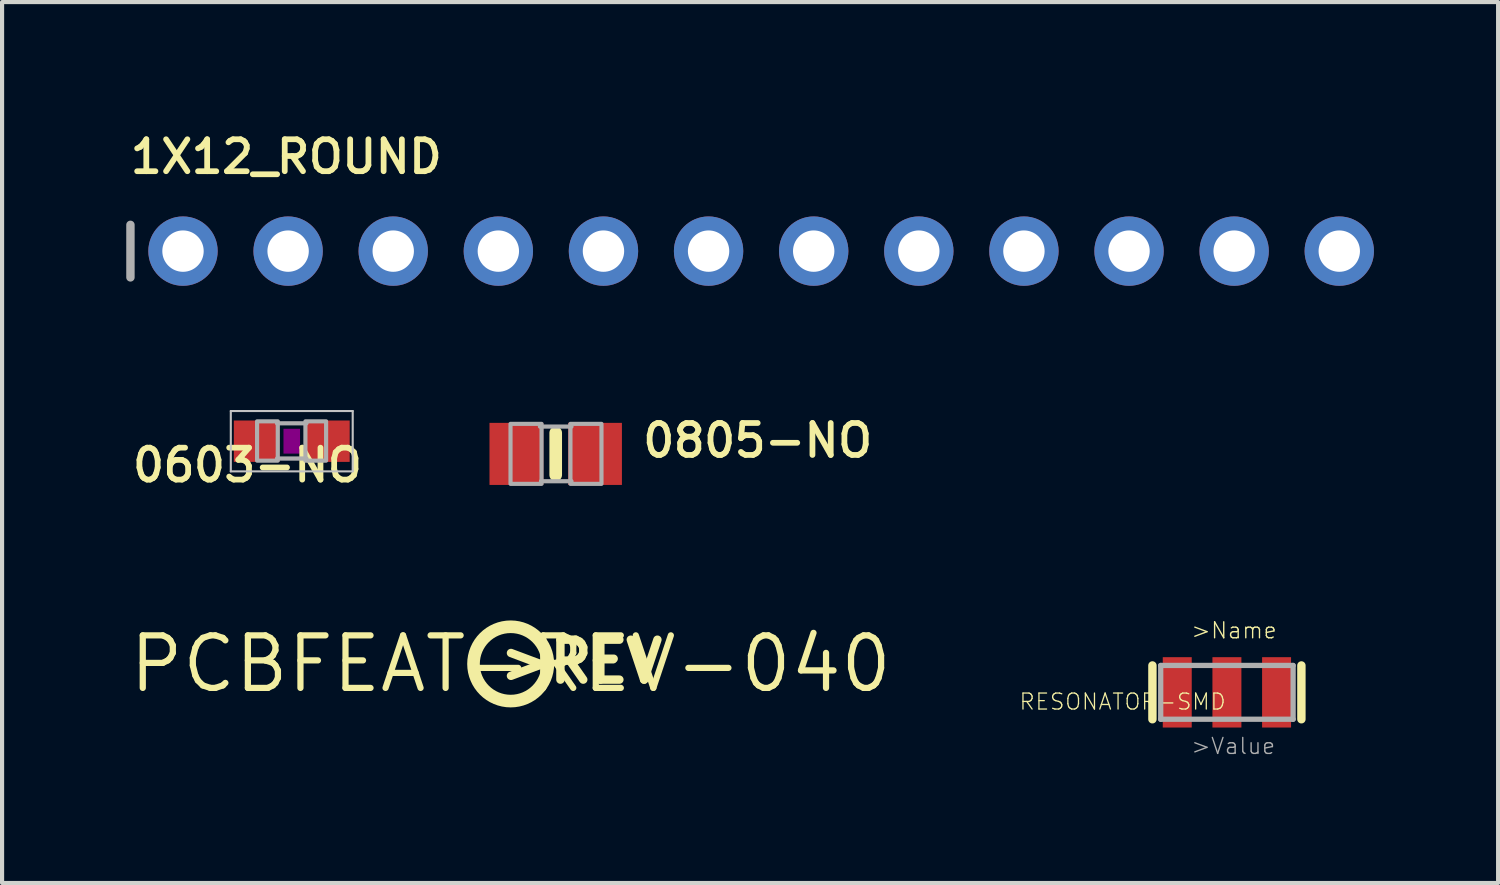
<source format=kicad_pcb>
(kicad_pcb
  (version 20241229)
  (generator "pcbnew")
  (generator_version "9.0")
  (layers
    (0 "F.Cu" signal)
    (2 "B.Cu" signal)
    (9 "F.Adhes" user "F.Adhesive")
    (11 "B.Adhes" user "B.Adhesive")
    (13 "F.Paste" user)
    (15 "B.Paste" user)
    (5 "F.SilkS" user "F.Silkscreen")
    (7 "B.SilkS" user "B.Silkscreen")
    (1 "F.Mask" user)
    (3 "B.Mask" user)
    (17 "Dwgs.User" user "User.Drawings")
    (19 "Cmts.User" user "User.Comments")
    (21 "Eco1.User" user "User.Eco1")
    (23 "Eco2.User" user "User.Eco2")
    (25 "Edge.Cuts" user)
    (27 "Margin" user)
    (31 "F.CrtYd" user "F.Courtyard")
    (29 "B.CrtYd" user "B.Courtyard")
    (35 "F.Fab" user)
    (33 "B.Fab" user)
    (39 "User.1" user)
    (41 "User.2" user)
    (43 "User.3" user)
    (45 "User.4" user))
  (footprint "PCBFEAT-REV-040"
    (layer "F.Cu")
    (at 9.29 12.993)
    (property "Reference" "PCBFEAT-REV-040" (at 0 0 0) (layer "F.SilkS") (effects (font (size 1.27 1.27) (thickness 0.15))))
    (attr through_hole)
    (fp_circle (center 0 0) (end 0.898 0) (stroke (width 0.305) (type solid)) (fill no) (layer "F.SilkS"))
    (fp_text user ">REV" (at -0.356 0.508 0) (layer "F.SilkS") (effects (font (size 0.965 0.965) (thickness 0.203)) (justify left bottom))))
  (footprint "RESONATOR-SMD"
    (layer "F.Cu")
    (at 26.597 13.68)
    (property "Reference" "RESONATOR-SMD" (at 0 0 180) (layer "F.SilkS") (effects (font (size 0.386 0.386) (thickness 0.031)) (justify right top)))
    (attr through_hole)
    (fp_line (start -1.8 0.65) (end -1.8 -0.65) (stroke (width 0.203) (type solid)) (layer "F.SilkS"))
    (fp_line (start 1.8 -0.65) (end 1.8 0.65) (stroke (width 0.203) (type solid)) (layer "F.SilkS"))
    (fp_line (start -1.6 -0.65) (end 1.6 -0.65) (stroke (width 0.127) (type solid)) (layer "F.Fab"))
    (fp_line (start -1.6 0.65) (end -1.6 -0.65) (stroke (width 0.127) (type solid)) (layer "F.Fab"))
    (fp_line (start 1.6 -0.65) (end 1.6 0.65) (stroke (width 0.127) (type solid)) (layer "F.Fab"))
    (fp_line (start 1.6 0.65) (end -1.6 0.65) (stroke (width 0.127) (type solid)) (layer "F.Fab"))
    (fp_text user ">Name" (at -0.889 -1.27 0) (layer "F.SilkS") (effects (font (size 0.386 0.386) (thickness 0.033)) (justify left bottom)))
    (fp_text user ">Value" (at -0.889 1.524 0) (layer "F.Fab") (effects (font (size 0.386 0.386) (thickness 0.033)) (justify left bottom)))
    (pad "1" smd rect (at -1.2 0) (size 0.7 1.7) (layers "F.Cu" "F.Mask" "F.Paste"))
    (pad "2" smd rect (at 0 0) (size 0.7 1.7) (layers "F.Cu" "F.Mask" "F.Paste"))
    (pad "3" smd rect (at 1.2 0) (size 0.7 1.7) (layers "F.Cu" "F.Mask" "F.Paste")))
  (footprint "0603-NO"
    (layer "F.Cu")
    (at 4 7.611)
    (property "Reference" "0603-NO" (at 1.778 0.127 180) (layer "F.SilkS") (effects (font (size 0.772 0.772) (thickness 0.139)) (justify right top)))
    (attr through_hole)
    (fp_poly (pts (xy -0.2 0.3) (xy 0.2 0.3) (xy 0.2 -0.3) (xy -0.2 -0.3)) (stroke (width 0) (type solid)) (fill yes) (layer "F.Adhes"))
    (fp_line (start -1.473 -0.729) (end 1.473 -0.729) (stroke (width 0.051) (type solid)) (layer "Dwgs.User"))
    (fp_line (start -1.473 0.729) (end -1.473 -0.729) (stroke (width 0.051) (type solid)) (layer "Dwgs.User"))
    (fp_line (start 1.473 -0.729) (end 1.473 0.729) (stroke (width 0.051) (type solid)) (layer "Dwgs.User"))
    (fp_line (start 1.473 0.729) (end -1.473 0.729) (stroke (width 0.051) (type solid)) (layer "Dwgs.User"))
    (fp_line (start -0.356 -0.432) (end 0.356 -0.432) (stroke (width 0.102) (type solid)) (layer "F.Fab"))
    (fp_line (start -0.356 0.419) (end 0.356 0.419) (stroke (width 0.102) (type solid)) (layer "F.Fab"))
    (fp_poly (pts (xy -0.838 0.47) (xy -0.338 0.47) (xy -0.338 -0.48) (xy -0.838 -0.48)) (stroke (width 0.1) (type solid)) (fill no) (layer "F.Fab"))
    (fp_poly (pts (xy 0.33 0.47) (xy 0.83 0.47) (xy 0.83 -0.48) (xy 0.33 -0.48)) (stroke (width 0.1) (type solid)) (fill no) (layer "F.Fab"))
    (pad "1" smd rect (at -0.85 0) (size 1.1 1) (layers "F.Cu" "F.Mask" "F.Paste"))
    (pad "2" smd rect (at 0.85 0) (size 1.1 1) (layers "F.Cu" "F.Mask" "F.Paste")))
  (footprint "0805-NO"
    (layer "F.Cu")
    (at 10.378 7.918)
    (property "Reference" "0805-NO" (at 2.032 0.127 0) (layer "F.SilkS") (effects (font (size 0.772 0.772) (thickness 0.139)) (justify left bottom)))
    (attr through_hole)
    (fp_line (start 0 -0.508) (end 0 0.508) (stroke (width 0.305) (type solid)) (layer "F.SilkS"))
    (fp_line (start -0.381 -0.66) (end 0.381 -0.66) (stroke (width 0.102) (type solid)) (layer "F.Fab"))
    (fp_line (start -0.356 0.66) (end 0.381 0.66) (stroke (width 0.102) (type solid)) (layer "F.Fab"))
    (fp_poly (pts (xy -1.092 0.724) (xy -0.342 0.724) (xy -0.342 -0.726) (xy -1.092 -0.726)) (stroke (width 0.1) (type solid)) (fill no) (layer "F.Fab"))
    (fp_poly (pts (xy 0.356 0.724) (xy 1.106 0.724) (xy 1.106 -0.726) (xy 0.356 -0.726)) (stroke (width 0.1) (type solid)) (fill no) (layer "F.Fab"))
    (pad "1" smd rect (at -0.95 0) (size 1.3 1.5) (layers "F.Cu" "F.Mask" "F.Paste"))
    (pad "2" smd rect (at 0.95 0) (size 1.3 1.5) (layers "F.Cu" "F.Mask" "F.Paste")))
  (footprint "1X12_ROUND"
    (layer "F.Cu")
    (at 15.342 3.018)
    (property "Reference" "1X12_ROUND" (at -15.316 -1.829 0) (layer "F.SilkS") (effects (font (size 0.772 0.772) (thickness 0.139)) (justify left bottom)))
    (attr through_hole)
    (fp_line (start -15.24 -0.635) (end -15.24 0.635) (stroke (width 0.203) (type solid)) (layer "F.Fab"))
    (fp_poly (pts (xy -14.224 0.254) (xy -13.716 0.254) (xy -13.716 -0.254) (xy -14.224 -0.254)) (stroke (width 0.1) (type solid)) (fill no) (layer "F.Fab"))
    (fp_poly (pts (xy -11.684 0.254) (xy -11.176 0.254) (xy -11.176 -0.254) (xy -11.684 -0.254)) (stroke (width 0.1) (type solid)) (fill no) (layer "F.Fab"))
    (fp_poly (pts (xy -9.144 0.254) (xy -8.636 0.254) (xy -8.636 -0.254) (xy -9.144 -0.254)) (stroke (width 0.1) (type solid)) (fill no) (layer "F.Fab"))
    (fp_poly (pts (xy -6.604 0.254) (xy -6.096 0.254) (xy -6.096 -0.254) (xy -6.604 -0.254)) (stroke (width 0.1) (type solid)) (fill no) (layer "F.Fab"))
    (fp_poly (pts (xy -4.064 0.254) (xy -3.556 0.254) (xy -3.556 -0.254) (xy -4.064 -0.254)) (stroke (width 0.1) (type solid)) (fill no) (layer "F.Fab"))
    (fp_poly (pts (xy -1.524 0.254) (xy -1.016 0.254) (xy -1.016 -0.254) (xy -1.524 -0.254)) (stroke (width 0.1) (type solid)) (fill no) (layer "F.Fab"))
    (fp_poly (pts (xy 1.016 0.254) (xy 1.524 0.254) (xy 1.524 -0.254) (xy 1.016 -0.254)) (stroke (width 0.1) (type solid)) (fill no) (layer "F.Fab"))
    (fp_poly (pts (xy 3.556 0.254) (xy 4.064 0.254) (xy 4.064 -0.254) (xy 3.556 -0.254)) (stroke (width 0.1) (type solid)) (fill no) (layer "F.Fab"))
    (fp_poly (pts (xy 6.096 0.254) (xy 6.604 0.254) (xy 6.604 -0.254) (xy 6.096 -0.254)) (stroke (width 0.1) (type solid)) (fill no) (layer "F.Fab"))
    (fp_poly (pts (xy 8.636 0.254) (xy 9.144 0.254) (xy 9.144 -0.254) (xy 8.636 -0.254)) (stroke (width 0.1) (type solid)) (fill no) (layer "F.Fab"))
    (fp_poly (pts (xy 11.176 0.254) (xy 11.684 0.254) (xy 11.684 -0.254) (xy 11.176 -0.254)) (stroke (width 0.1) (type solid)) (fill no) (layer "F.Fab"))
    (fp_poly (pts (xy 13.716 0.254) (xy 14.224 0.254) (xy 14.224 -0.254) (xy 13.716 -0.254)) (stroke (width 0.1) (type solid)) (fill no) (layer "F.Fab"))
    (pad "1" thru_hole circle (at -13.97 0 90) (size 1.676 1.676) (drill 1) (layers "*.Cu" "*.Mask"))
    (pad "2" thru_hole circle (at -11.43 0 90) (size 1.676 1.676) (drill 1) (layers "*.Cu" "*.Mask"))
    (pad "3" thru_hole circle (at -8.89 0 90) (size 1.676 1.676) (drill 1) (layers "*.Cu" "*.Mask"))
    (pad "4" thru_hole circle (at -6.35 0 90) (size 1.676 1.676) (drill 1) (layers "*.Cu" "*.Mask"))
    (pad "5" thru_hole circle (at -3.81 0 90) (size 1.676 1.676) (drill 1) (layers "*.Cu" "*.Mask"))
    (pad "6" thru_hole circle (at -1.27 0 90) (size 1.676 1.676) (drill 1) (layers "*.Cu" "*.Mask"))
    (pad "7" thru_hole circle (at 1.27 0 90) (size 1.676 1.676) (drill 1) (layers "*.Cu" "*.Mask"))
    (pad "8" thru_hole circle (at 3.81 0 90) (size 1.676 1.676) (drill 1) (layers "*.Cu" "*.Mask"))
    (pad "9" thru_hole circle (at 6.35 0 90) (size 1.676 1.676) (drill 1) (layers "*.Cu" "*.Mask"))
    (pad "10" thru_hole circle (at 8.89 0 90) (size 1.676 1.676) (drill 1) (layers "*.Cu" "*.Mask"))
    (pad "11" thru_hole circle (at 11.43 0 90) (size 1.676 1.676) (drill 1) (layers "*.Cu" "*.Mask"))
    (pad "12" thru_hole circle (at 13.97 0 90) (size 1.676 1.676) (drill 1) (layers "*.Cu" "*.Mask")))
  (gr_rect
    (start -3 -3)
    (end 33.15 18.286)
    (stroke (width 0.1) (type default))
    (fill no)
    (layer "Edge.Cuts")))
</source>
